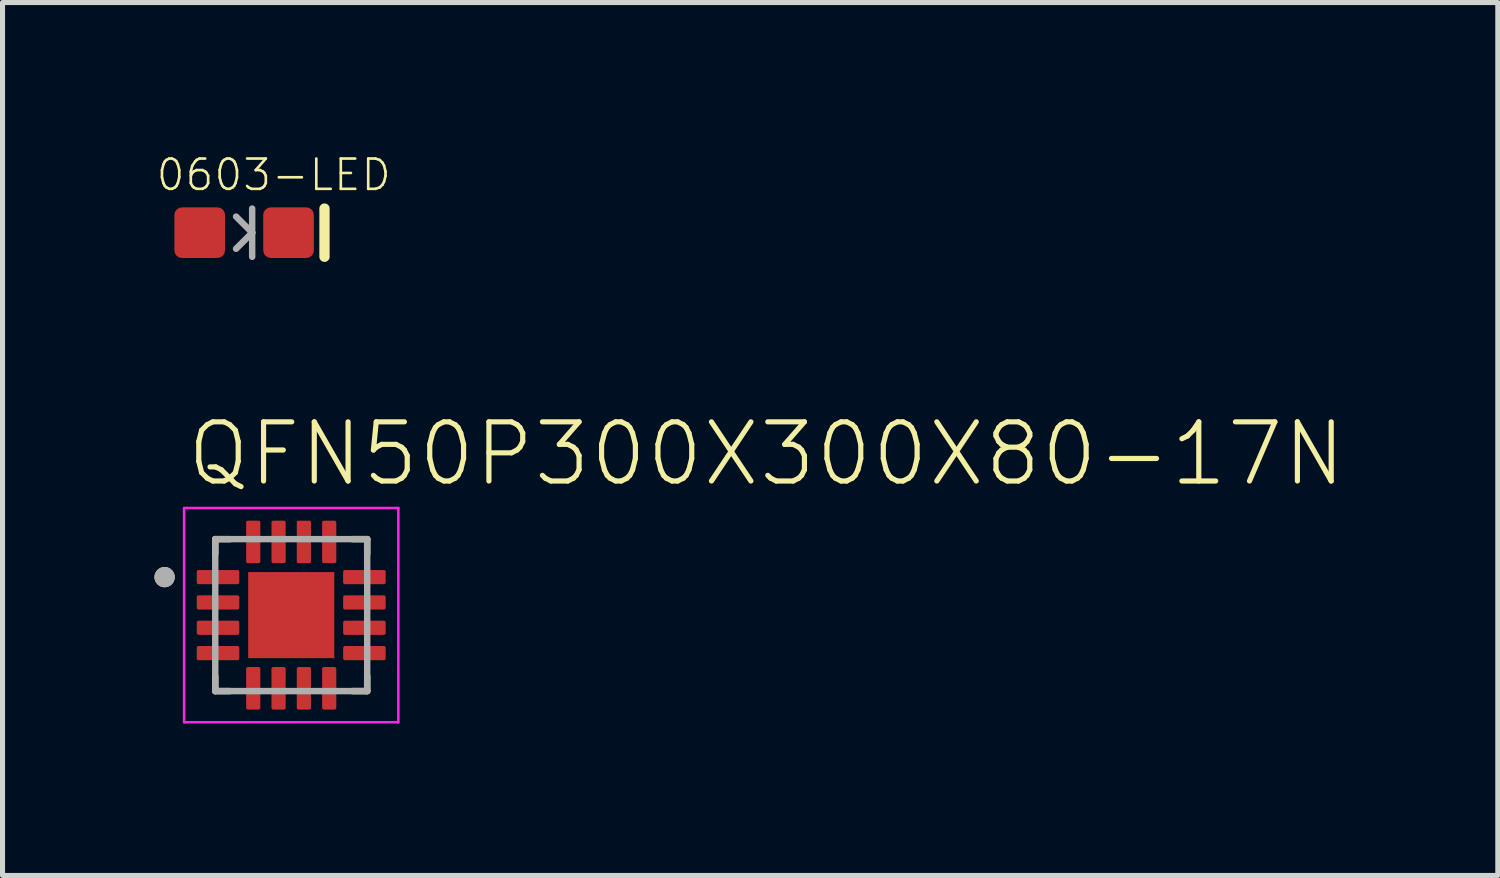
<source format=kicad_pcb>
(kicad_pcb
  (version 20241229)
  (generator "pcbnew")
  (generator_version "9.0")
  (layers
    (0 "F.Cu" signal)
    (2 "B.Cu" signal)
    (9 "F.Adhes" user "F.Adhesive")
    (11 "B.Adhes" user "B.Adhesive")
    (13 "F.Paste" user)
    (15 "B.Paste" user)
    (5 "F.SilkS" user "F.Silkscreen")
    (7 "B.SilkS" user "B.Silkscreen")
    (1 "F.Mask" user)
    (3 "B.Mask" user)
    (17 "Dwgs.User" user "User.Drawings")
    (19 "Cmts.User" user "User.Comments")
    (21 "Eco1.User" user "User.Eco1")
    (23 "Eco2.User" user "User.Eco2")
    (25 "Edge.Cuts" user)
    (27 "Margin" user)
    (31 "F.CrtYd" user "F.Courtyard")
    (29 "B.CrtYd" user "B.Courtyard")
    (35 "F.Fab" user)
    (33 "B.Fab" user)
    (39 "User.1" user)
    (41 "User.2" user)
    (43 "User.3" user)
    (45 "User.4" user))
  (footprint "QFN50P300X300X80-17N"
    (layer "F.Cu")
    (at 2.7 9.095)
    (property "Reference" "QFN50P300X300X80-17N" (at -2.115 -2.5 0) (unlocked yes) (layer "F.SilkS") (effects (font (size 1.168 1.168) (thickness 0.102)) (justify left bottom)))
    (fp_line (start -1.5 -1.5) (end -1.5 -1.21) (stroke (width 0.127) (type solid)) (layer "F.SilkS"))
    (fp_line (start -1.5 -1.5) (end -1.21 -1.5) (stroke (width 0.127) (type solid)) (layer "F.SilkS"))
    (fp_line (start -1.5 1.5) (end -1.5 1.21) (stroke (width 0.127) (type solid)) (layer "F.SilkS"))
    (fp_line (start -1.5 1.5) (end -1.21 1.5) (stroke (width 0.127) (type solid)) (layer "F.SilkS"))
    (fp_line (start 1.5 -1.5) (end 1.21 -1.5) (stroke (width 0.127) (type solid)) (layer "F.SilkS"))
    (fp_line (start 1.5 -1.5) (end 1.5 -1.21) (stroke (width 0.127) (type solid)) (layer "F.SilkS"))
    (fp_line (start 1.5 1.5) (end 1.21 1.5) (stroke (width 0.127) (type solid)) (layer "F.SilkS"))
    (fp_line (start 1.5 1.5) (end 1.5 1.21) (stroke (width 0.127) (type solid)) (layer "F.SilkS"))
    (fp_circle (center -2.5 -0.75) (end -2.4 -0.75) (stroke (width 0.2) (type solid)) (fill no) (layer "F.SilkS"))
    (fp_poly (pts (xy -0.54 0.54) (xy 0.54 0.54) (xy 0.54 -0.54) (xy -0.54 -0.54)) (stroke (width 0) (type default)) (fill yes) (layer "F.Paste"))
    (fp_line (start -2.115 -2.115) (end 2.115 -2.115) (stroke (width 0.05) (type solid)) (layer "F.CrtYd"))
    (fp_line (start -2.115 2.115) (end -2.115 -2.115) (stroke (width 0.05) (type solid)) (layer "F.CrtYd"))
    (fp_line (start 2.115 -2.115) (end 2.115 2.115) (stroke (width 0.05) (type solid)) (layer "F.CrtYd"))
    (fp_line (start 2.115 2.115) (end -2.115 2.115) (stroke (width 0.05) (type solid)) (layer "F.CrtYd"))
    (fp_line (start -1.5 -1.5) (end 1.5 -1.5) (stroke (width 0.127) (type solid)) (layer "F.Fab"))
    (fp_line (start -1.5 1.5) (end -1.5 -1.5) (stroke (width 0.127) (type solid)) (layer "F.Fab"))
    (fp_line (start 1.5 -1.5) (end 1.5 1.5) (stroke (width 0.127) (type solid)) (layer "F.Fab"))
    (fp_line (start 1.5 1.5) (end -1.5 1.5) (stroke (width 0.127) (type solid)) (layer "F.Fab"))
    (fp_circle (center -2.5 -0.75) (end -2.4 -0.75) (stroke (width 0.2) (type solid)) (fill no) (layer "F.Fab"))
    (pad "1" smd roundrect (at -1.445 -0.75) (size 0.84 0.28) (layers "F.Cu" "F.Mask" "F.Paste") (roundrect_rratio 0.125))
    (pad "2" smd roundrect (at -1.445 -0.25) (size 0.84 0.28) (layers "F.Cu" "F.Mask" "F.Paste") (roundrect_rratio 0.125))
    (pad "3" smd roundrect (at -1.445 0.25) (size 0.84 0.28) (layers "F.Cu" "F.Mask" "F.Paste") (roundrect_rratio 0.125))
    (pad "4" smd roundrect (at -1.445 0.75) (size 0.84 0.28) (layers "F.Cu" "F.Mask" "F.Paste") (roundrect_rratio 0.125))
    (pad "5" smd roundrect (at -0.75 1.445) (size 0.28 0.84) (layers "F.Cu" "F.Mask" "F.Paste") (roundrect_rratio 0.125))
    (pad "6" smd roundrect (at -0.25 1.445) (size 0.28 0.84) (layers "F.Cu" "F.Mask" "F.Paste") (roundrect_rratio 0.125))
    (pad "7" smd roundrect (at 0.25 1.445) (size 0.28 0.84) (layers "F.Cu" "F.Mask" "F.Paste") (roundrect_rratio 0.125))
    (pad "8" smd roundrect (at 0.75 1.445) (size 0.28 0.84) (layers "F.Cu" "F.Mask" "F.Paste") (roundrect_rratio 0.125))
    (pad "9" smd roundrect (at 1.445 0.75) (size 0.84 0.28) (layers "F.Cu" "F.Mask" "F.Paste") (roundrect_rratio 0.125))
    (pad "10" smd roundrect (at 1.445 0.25) (size 0.84 0.28) (layers "F.Cu" "F.Mask" "F.Paste") (roundrect_rratio 0.125))
    (pad "11" smd roundrect (at 1.445 -0.25) (size 0.84 0.28) (layers "F.Cu" "F.Mask" "F.Paste") (roundrect_rratio 0.125))
    (pad "12" smd roundrect (at 1.445 -0.75) (size 0.84 0.28) (layers "F.Cu" "F.Mask" "F.Paste") (roundrect_rratio 0.125))
    (pad "13" smd roundrect (at 0.75 -1.445) (size 0.28 0.84) (layers "F.Cu" "F.Mask" "F.Paste") (roundrect_rratio 0.125))
    (pad "14" smd roundrect (at 0.25 -1.445) (size 0.28 0.84) (layers "F.Cu" "F.Mask" "F.Paste") (roundrect_rratio 0.125))
    (pad "15" smd roundrect (at -0.25 -1.445) (size 0.28 0.84) (layers "F.Cu" "F.Mask" "F.Paste") (roundrect_rratio 0.125))
    (pad "16" smd roundrect (at -0.75 -1.445) (size 0.28 0.84) (layers "F.Cu" "F.Mask" "F.Paste") (roundrect_rratio 0.125))
    (pad "17" smd rect (at 0 0) (size 1.7 1.7) (layers "F.Cu" "F.Mask")))
  (footprint "0603-LED"
    (layer "F.Cu")
    (at 1.77 1.544)
    (property "Reference" "0603-LED" (at -1.77 -0.79 0) (unlocked yes) (layer "F.SilkS") (effects (font (size 0.598 0.598) (thickness 0.052)) (justify left bottom)))
    (fp_line (start 1.587 -0.476) (end 1.587 0.476) (stroke (width 0.203) (type solid)) (layer "F.SilkS"))
    (fp_line (start 0.159 -0.476) (end 0.159 0) (stroke (width 0.127) (type solid)) (layer "F.Fab"))
    (fp_line (start 0.159 0) (end -0.159 -0.318) (stroke (width 0.127) (type solid)) (layer "F.Fab"))
    (fp_line (start 0.159 0) (end -0.159 0.318) (stroke (width 0.127) (type solid)) (layer "F.Fab"))
    (fp_line (start 0.159 0) (end 0.159 0.476) (stroke (width 0.127) (type solid)) (layer "F.Fab"))
    (pad "A" smd roundrect (at -0.877 0 270) (size 1 1) (layers "F.Cu" "F.Mask" "F.Paste") (roundrect_rratio 0.15))
    (pad "C" smd roundrect (at 0.877 0 270) (size 1 1) (layers "F.Cu" "F.Mask" "F.Paste") (roundrect_rratio 0.15)))
  (gr_rect
    (start -3 -3)
    (end 26.523 14.235)
    (stroke (width 0.1) (type default))
    (fill no)
    (layer "Edge.Cuts")))
</source>
